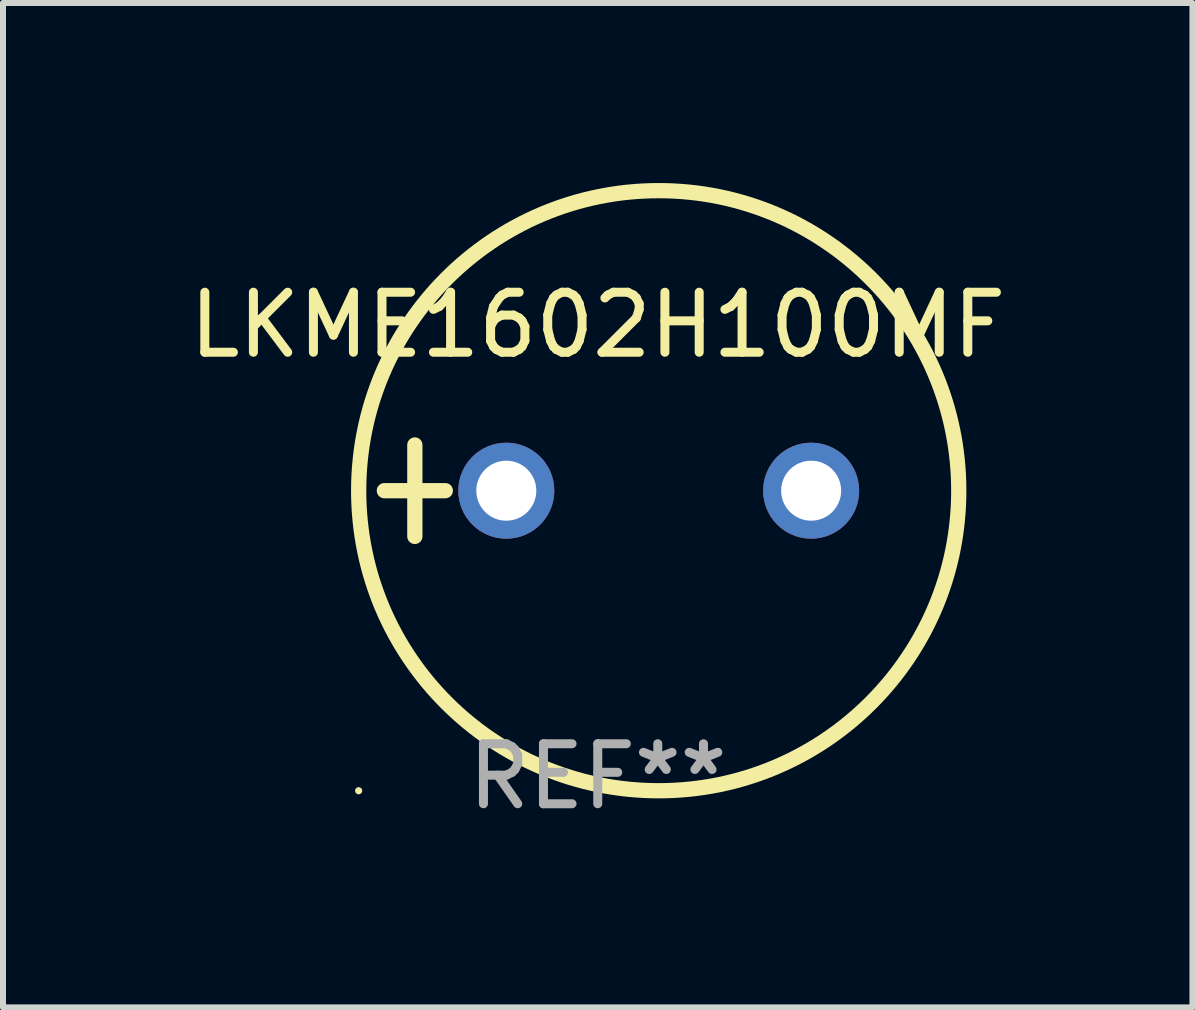
<source format=kicad_pcb>
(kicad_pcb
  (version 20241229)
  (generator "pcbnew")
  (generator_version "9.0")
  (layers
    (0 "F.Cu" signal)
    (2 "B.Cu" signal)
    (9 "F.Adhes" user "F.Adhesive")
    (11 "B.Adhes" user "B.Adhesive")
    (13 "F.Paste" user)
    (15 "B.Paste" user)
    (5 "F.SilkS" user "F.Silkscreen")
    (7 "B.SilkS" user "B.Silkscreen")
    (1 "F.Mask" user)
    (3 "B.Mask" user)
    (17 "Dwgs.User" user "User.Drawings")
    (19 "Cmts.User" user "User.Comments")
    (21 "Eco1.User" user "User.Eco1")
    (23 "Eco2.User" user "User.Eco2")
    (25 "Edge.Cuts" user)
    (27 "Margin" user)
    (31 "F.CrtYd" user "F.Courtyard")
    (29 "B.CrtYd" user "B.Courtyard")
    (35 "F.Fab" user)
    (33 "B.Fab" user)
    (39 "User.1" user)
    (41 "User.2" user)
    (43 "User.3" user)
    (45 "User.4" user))
  (footprint "LKME1602H100MF"
    (layer "F.Cu")
    (at 6.911 5.127)
    (property "Reference" "LKME1602H100MF" (at 0 -2.762 0) (layer "F.SilkS") (effects (font (size 1 1) (thickness 0.15))))
    (attr through_hole)
    (fp_line (start -3.556 0) (end -2.54 0) (stroke (width 0.254) (type solid)) (layer "F.SilkS"))
    (fp_line (start -3.048 -0.762) (end -3.048 0.762) (stroke (width 0.254) (type solid)) (layer "F.SilkS"))
    (fp_circle (center -3.984 5) (end -3.954 5) (stroke (width 0.06) (type solid)) (fill no) (layer "F.SilkS"))
    (fp_circle (center 1.016 0) (end 6.016 0) (stroke (width 0.254) (type solid)) (fill no) (layer "F.SilkS"))
    (fp_text user "REF**" (at 0 4.762 0) (layer "F.Fab") (effects (font (size 1 1) (thickness 0.15))))
    (pad "1" thru_hole circle (at -1.524 0) (size 1.6 1.6) (drill 1) (layers "*.Cu" "*.Mask"))
    (pad "2" thru_hole circle (at 3.556 0) (size 1.6 1.6) (drill 1) (layers "*.Cu" "*.Mask")))
  (gr_rect
    (start -3 -3)
    (end 16.821 13.737)
    (stroke (width 0.1) (type default))
    (fill no)
    (layer "Edge.Cuts")))
</source>
